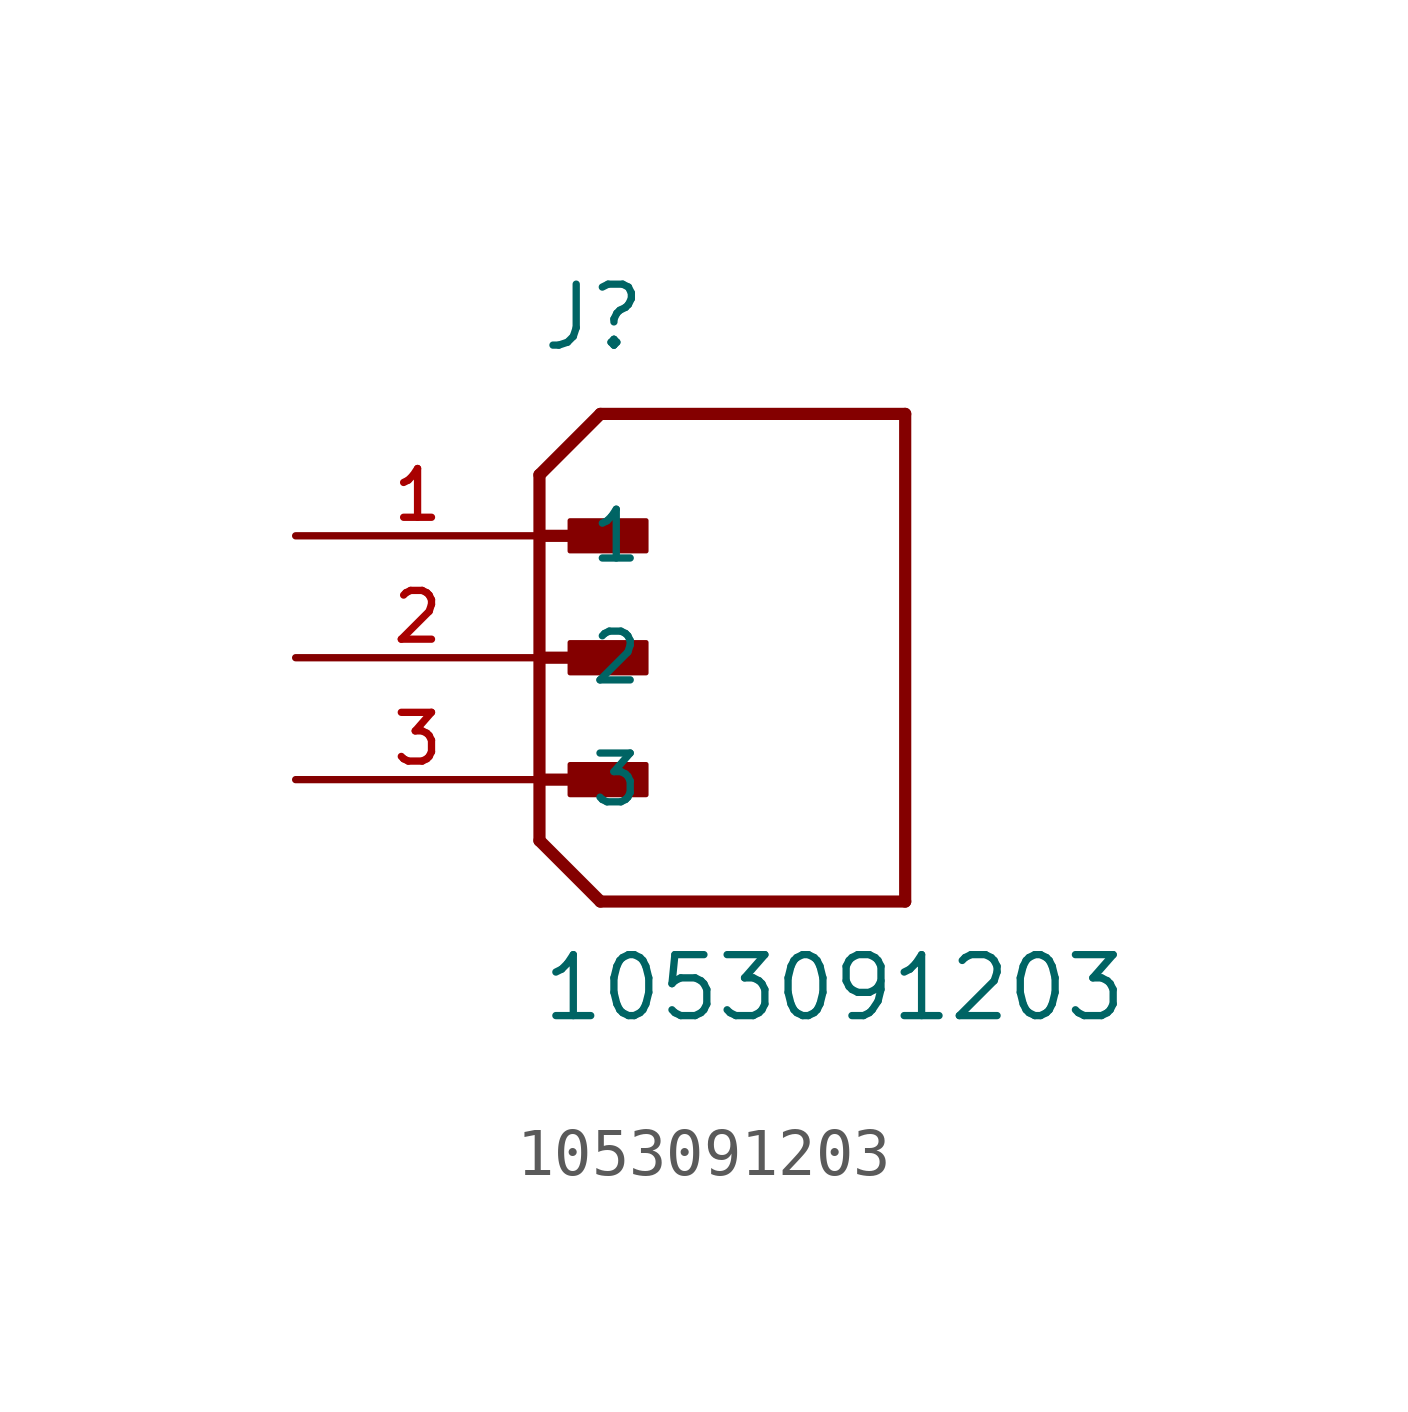
<source format=kicad_sym>
(kicad_symbol_lib
  (version 20220914)
  (generator kicad_symbol_editor)
  (symbol "1053091203"
    (pin_names
      (offset 1.016))
    (property "Reference" "J"
      (at 0 6.35 0)
      (effects (font (size 1.27 1.27)) (justify left bottom)))
    (property "Value" "1053091203"
      (at 0 -7.62 0)
      (effects (font (size 1.27 1.27)) (justify left bottom)))
    (symbol "1053091203_0_0"
      (polyline (pts (xy 0 -3.81) (xy 1.27 -5.08)) (stroke (width 0.254) (type default)) (fill (type none)))
      (polyline (pts (xy 0 -2.54) (xy 1.905 -2.54)) (stroke (width 0.254) (type default)) (fill (type none)))
      (polyline (pts (xy 0 0) (xy 1.905 0)) (stroke (width 0.254) (type default)) (fill (type none)))
      (polyline (pts (xy 0 2.54) (xy 0 -3.81)) (stroke (width 0.254) (type default)) (fill (type none)))
      (polyline (pts (xy 0 2.54) (xy 1.905 2.54)) (stroke (width 0.254) (type default)) (fill (type none)))
      (polyline (pts (xy 0 3.81) (xy 0 2.54)) (stroke (width 0.254) (type default)) (fill (type none)))
      (polyline (pts (xy 0 3.81) (xy 1.27 5.08)) (stroke (width 0.254) (type default)) (fill (type none)))
      (polyline (pts (xy 1.27 -5.08) (xy 7.62 -5.08)) (stroke (width 0.254) (type default)) (fill (type none)))
      (polyline (pts (xy 7.62 -5.08) (xy 7.62 5.08)) (stroke (width 0.254) (type default)) (fill (type none)))
      (polyline (pts (xy 7.62 5.08) (xy 1.27 5.08)) (stroke (width 0.254) (type default)) (fill (type none)))
      (rectangle (start 0.635 -2.223) (end 2.223 -2.857) (stroke (width 0.1) (type default)) (fill (type outline)))
      (rectangle (start 0.635 -0.318) (end 2.223 0.318) (stroke (width 0.1) (type default)) (fill (type outline)))
      (rectangle (start 0.635 2.223) (end 2.223 2.857) (stroke (width 0.1) (type default)) (fill (type outline)))
      (pin passive line (at -5.08 2.54 0) (length 5.08) (name "1" (effects (font (size 1.016 1.016)))) (number "1" (effects (font (size 1.016 1.016)))))
      (pin passive line (at -5.08 0 0) (length 5.08) (name "2" (effects (font (size 1.016 1.016)))) (number "2" (effects (font (size 1.016 1.016)))))
      (pin passive line (at -5.08 -2.54 0) (length 5.08) (name "3" (effects (font (size 1.016 1.016)))) (number "3" (effects (font (size 1.016 1.016))))))))
</source>
